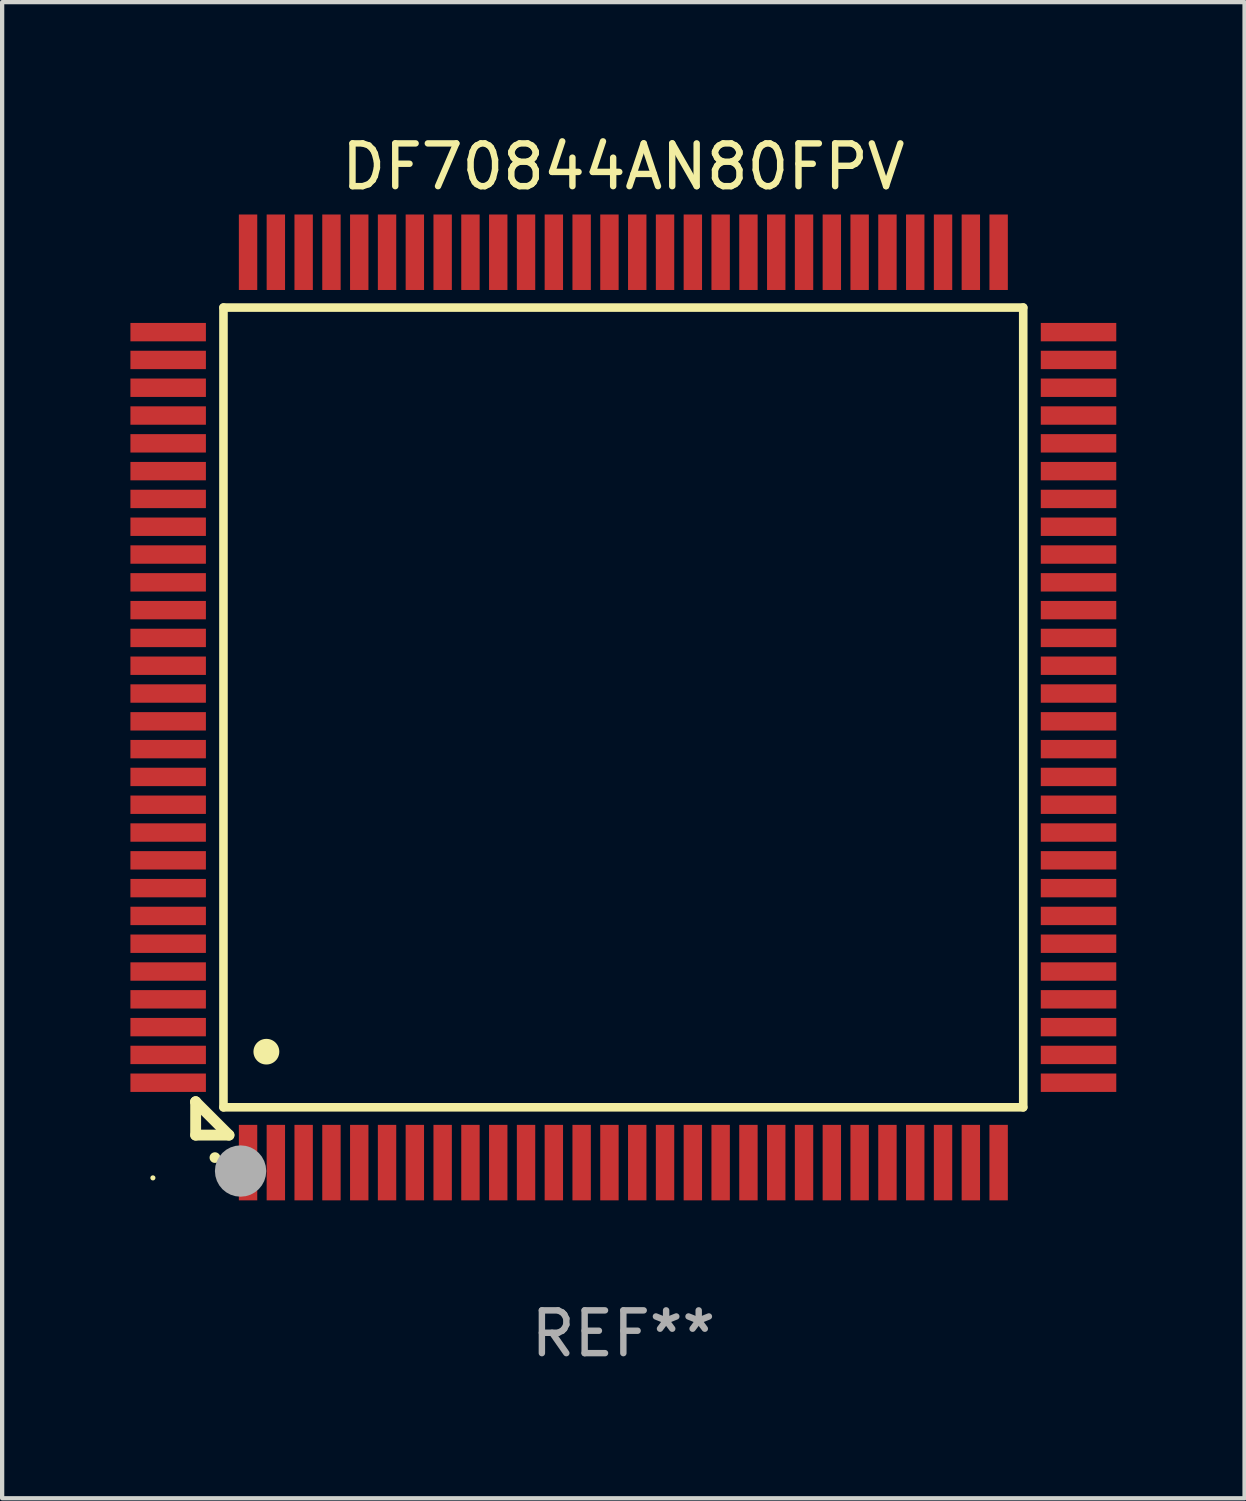
<source format=kicad_pcb>
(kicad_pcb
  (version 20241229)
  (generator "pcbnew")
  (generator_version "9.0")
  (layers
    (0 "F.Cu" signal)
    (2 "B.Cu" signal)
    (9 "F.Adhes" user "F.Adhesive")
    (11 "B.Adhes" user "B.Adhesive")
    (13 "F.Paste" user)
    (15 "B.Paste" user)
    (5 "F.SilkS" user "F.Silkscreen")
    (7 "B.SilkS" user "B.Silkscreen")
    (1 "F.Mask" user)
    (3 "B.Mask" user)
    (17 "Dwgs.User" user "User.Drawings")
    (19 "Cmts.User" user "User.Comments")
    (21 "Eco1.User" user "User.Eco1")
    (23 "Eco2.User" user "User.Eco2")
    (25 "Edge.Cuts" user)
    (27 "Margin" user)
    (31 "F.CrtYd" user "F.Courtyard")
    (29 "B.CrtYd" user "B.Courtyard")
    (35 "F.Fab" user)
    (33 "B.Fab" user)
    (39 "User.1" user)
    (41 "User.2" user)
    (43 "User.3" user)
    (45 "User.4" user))
  (footprint "DF70844AN80FPV"
    (layer "F.Cu")
    (at 11.525 13.491)
    (property "Reference" "DF70844AN80FPV" (at 0 -12.643 0) (layer "F.SilkS") (effects (font (size 1 1) (thickness 0.15))))
    (attr through_hole)
    (fp_line (start -10 9.221) (end -10 9.221) (stroke (width 0.254) (type solid)) (layer "F.SilkS"))
    (fp_line (start -10 9.221) (end -10 10) (stroke (width 0.254) (type solid)) (layer "F.SilkS"))
    (fp_line (start -10 9.221) (end -9.221 10) (stroke (width 0.254) (type solid)) (layer "F.SilkS"))
    (fp_line (start -10 10) (end -9.221 10) (stroke (width 0.254) (type solid)) (layer "F.SilkS"))
    (fp_line (start -9.35 -9.35) (end -9.35 9.35) (stroke (width 0.201) (type solid)) (layer "F.SilkS"))
    (fp_line (start -9.35 9.35) (end 9.35 9.35) (stroke (width 0.201) (type solid)) (layer "F.SilkS"))
    (fp_line (start 9.35 -9.35) (end -9.35 -9.35) (stroke (width 0.201) (type solid)) (layer "F.SilkS"))
    (fp_line (start 9.35 9.35) (end 9.35 -9.35) (stroke (width 0.201) (type solid)) (layer "F.SilkS"))
    (fp_arc (start -9.550546 10.525832) (mid -9.549276 10.525826) (end -9.548006 10.525832) (stroke (width 0.24892) (type solid)) (layer "F.SilkS"))
    (fp_arc (start -8.349124 8.049327) (mid -8.346584 8.049316) (end -8.344044 8.049327) (stroke (width 0.599441) (type solid)) (layer "F.SilkS"))
    (fp_circle (center -11 11) (end -10.97 11) (stroke (width 0.06) (type solid)) (fill no) (layer "F.SilkS"))
    (fp_circle (center -8.95 10.84) (end -8.65 10.84) (stroke (width 0.6) (type solid)) (fill no) (layer "F.Fab"))
    (fp_text user "REF**" (at 0 14.643 0) (layer "F.Fab") (effects (font (size 1 1) (thickness 0.15))))
    (pad "1" smd rect (at -8.775 10.643) (size 0.43 1.765) (layers "F.Cu" "F.Mask" "F.Paste"))
    (pad "2" smd rect (at -8.125 10.643) (size 0.43 1.765) (layers "F.Cu" "F.Mask" "F.Paste"))
    (pad "3" smd rect (at -7.475 10.643) (size 0.43 1.765) (layers "F.Cu" "F.Mask" "F.Paste"))
    (pad "4" smd rect (at -6.825 10.643) (size 0.43 1.765) (layers "F.Cu" "F.Mask" "F.Paste"))
    (pad "5" smd rect (at -6.175 10.643) (size 0.43 1.765) (layers "F.Cu" "F.Mask" "F.Paste"))
    (pad "6" smd rect (at -5.525 10.643) (size 0.43 1.765) (layers "F.Cu" "F.Mask" "F.Paste"))
    (pad "7" smd rect (at -4.875 10.643) (size 0.43 1.765) (layers "F.Cu" "F.Mask" "F.Paste"))
    (pad "8" smd rect (at -4.225 10.643) (size 0.43 1.765) (layers "F.Cu" "F.Mask" "F.Paste"))
    (pad "9" smd rect (at -3.575 10.643) (size 0.43 1.765) (layers "F.Cu" "F.Mask" "F.Paste"))
    (pad "10" smd rect (at -2.925 10.643) (size 0.43 1.765) (layers "F.Cu" "F.Mask" "F.Paste"))
    (pad "11" smd rect (at -2.275 10.643) (size 0.43 1.765) (layers "F.Cu" "F.Mask" "F.Paste"))
    (pad "12" smd rect (at -1.625 10.643) (size 0.43 1.765) (layers "F.Cu" "F.Mask" "F.Paste"))
    (pad "13" smd rect (at -0.975 10.643) (size 0.43 1.765) (layers "F.Cu" "F.Mask" "F.Paste"))
    (pad "14" smd rect (at -0.325 10.643) (size 0.43 1.765) (layers "F.Cu" "F.Mask" "F.Paste"))
    (pad "15" smd rect (at 0.325 10.643) (size 0.43 1.765) (layers "F.Cu" "F.Mask" "F.Paste"))
    (pad "16" smd rect (at 0.975 10.643) (size 0.43 1.765) (layers "F.Cu" "F.Mask" "F.Paste"))
    (pad "17" smd rect (at 1.625 10.643) (size 0.43 1.765) (layers "F.Cu" "F.Mask" "F.Paste"))
    (pad "18" smd rect (at 2.275 10.643) (size 0.43 1.765) (layers "F.Cu" "F.Mask" "F.Paste"))
    (pad "19" smd rect (at 2.925 10.643) (size 0.43 1.765) (layers "F.Cu" "F.Mask" "F.Paste"))
    (pad "20" smd rect (at 3.575 10.643) (size 0.43 1.765) (layers "F.Cu" "F.Mask" "F.Paste"))
    (pad "21" smd rect (at 4.225 10.643) (size 0.43 1.765) (layers "F.Cu" "F.Mask" "F.Paste"))
    (pad "22" smd rect (at 4.875 10.643) (size 0.43 1.765) (layers "F.Cu" "F.Mask" "F.Paste"))
    (pad "23" smd rect (at 5.525 10.643) (size 0.43 1.765) (layers "F.Cu" "F.Mask" "F.Paste"))
    (pad "24" smd rect (at 6.175 10.643) (size 0.43 1.765) (layers "F.Cu" "F.Mask" "F.Paste"))
    (pad "25" smd rect (at 6.825 10.643) (size 0.43 1.765) (layers "F.Cu" "F.Mask" "F.Paste"))
    (pad "26" smd rect (at 7.475 10.643) (size 0.43 1.765) (layers "F.Cu" "F.Mask" "F.Paste"))
    (pad "27" smd rect (at 8.125 10.643) (size 0.43 1.765) (layers "F.Cu" "F.Mask" "F.Paste"))
    (pad "28" smd rect (at 8.775 10.643) (size 0.43 1.765) (layers "F.Cu" "F.Mask" "F.Paste"))
    (pad "29" smd rect (at 10.643 8.775) (size 1.765 0.43) (layers "F.Cu" "F.Mask" "F.Paste"))
    (pad "30" smd rect (at 10.643 8.125) (size 1.765 0.43) (layers "F.Cu" "F.Mask" "F.Paste"))
    (pad "31" smd rect (at 10.643 7.475) (size 1.765 0.43) (layers "F.Cu" "F.Mask" "F.Paste"))
    (pad "32" smd rect (at 10.643 6.825) (size 1.765 0.43) (layers "F.Cu" "F.Mask" "F.Paste"))
    (pad "33" smd rect (at 10.643 6.175) (size 1.765 0.43) (layers "F.Cu" "F.Mask" "F.Paste"))
    (pad "34" smd rect (at 10.643 5.525) (size 1.765 0.43) (layers "F.Cu" "F.Mask" "F.Paste"))
    (pad "35" smd rect (at 10.643 4.875) (size 1.765 0.43) (layers "F.Cu" "F.Mask" "F.Paste"))
    (pad "36" smd rect (at 10.643 4.225) (size 1.765 0.43) (layers "F.Cu" "F.Mask" "F.Paste"))
    (pad "37" smd rect (at 10.643 3.575) (size 1.765 0.43) (layers "F.Cu" "F.Mask" "F.Paste"))
    (pad "38" smd rect (at 10.643 2.925) (size 1.765 0.43) (layers "F.Cu" "F.Mask" "F.Paste"))
    (pad "39" smd rect (at 10.643 2.275) (size 1.765 0.43) (layers "F.Cu" "F.Mask" "F.Paste"))
    (pad "40" smd rect (at 10.643 1.625) (size 1.765 0.43) (layers "F.Cu" "F.Mask" "F.Paste"))
    (pad "41" smd rect (at 10.643 0.975) (size 1.765 0.43) (layers "F.Cu" "F.Mask" "F.Paste"))
    (pad "42" smd rect (at 10.643 0.325) (size 1.765 0.43) (layers "F.Cu" "F.Mask" "F.Paste"))
    (pad "43" smd rect (at 10.643 -0.325) (size 1.765 0.43) (layers "F.Cu" "F.Mask" "F.Paste"))
    (pad "44" smd rect (at 10.643 -0.975) (size 1.765 0.43) (layers "F.Cu" "F.Mask" "F.Paste"))
    (pad "45" smd rect (at 10.643 -1.625) (size 1.765 0.43) (layers "F.Cu" "F.Mask" "F.Paste"))
    (pad "46" smd rect (at 10.643 -2.275) (size 1.765 0.43) (layers "F.Cu" "F.Mask" "F.Paste"))
    (pad "47" smd rect (at 10.643 -2.925) (size 1.765 0.43) (layers "F.Cu" "F.Mask" "F.Paste"))
    (pad "48" smd rect (at 10.643 -3.575) (size 1.765 0.43) (layers "F.Cu" "F.Mask" "F.Paste"))
    (pad "49" smd rect (at 10.643 -4.225) (size 1.765 0.43) (layers "F.Cu" "F.Mask" "F.Paste"))
    (pad "50" smd rect (at 10.643 -4.875) (size 1.765 0.43) (layers "F.Cu" "F.Mask" "F.Paste"))
    (pad "51" smd rect (at 10.643 -5.525) (size 1.765 0.43) (layers "F.Cu" "F.Mask" "F.Paste"))
    (pad "52" smd rect (at 10.643 -6.175) (size 1.765 0.43) (layers "F.Cu" "F.Mask" "F.Paste"))
    (pad "53" smd rect (at 10.643 -6.825) (size 1.765 0.43) (layers "F.Cu" "F.Mask" "F.Paste"))
    (pad "54" smd rect (at 10.643 -7.475) (size 1.765 0.43) (layers "F.Cu" "F.Mask" "F.Paste"))
    (pad "55" smd rect (at 10.643 -8.125) (size 1.765 0.43) (layers "F.Cu" "F.Mask" "F.Paste"))
    (pad "56" smd rect (at 10.643 -8.775) (size 1.765 0.43) (layers "F.Cu" "F.Mask" "F.Paste"))
    (pad "57" smd rect (at 8.775 -10.643) (size 0.43 1.765) (layers "F.Cu" "F.Mask" "F.Paste"))
    (pad "58" smd rect (at 8.125 -10.643) (size 0.43 1.765) (layers "F.Cu" "F.Mask" "F.Paste"))
    (pad "59" smd rect (at 7.475 -10.643) (size 0.43 1.765) (layers "F.Cu" "F.Mask" "F.Paste"))
    (pad "60" smd rect (at 6.825 -10.643) (size 0.43 1.765) (layers "F.Cu" "F.Mask" "F.Paste"))
    (pad "61" smd rect (at 6.175 -10.643) (size 0.43 1.765) (layers "F.Cu" "F.Mask" "F.Paste"))
    (pad "62" smd rect (at 5.525 -10.643) (size 0.43 1.765) (layers "F.Cu" "F.Mask" "F.Paste"))
    (pad "63" smd rect (at 4.875 -10.643) (size 0.43 1.765) (layers "F.Cu" "F.Mask" "F.Paste"))
    (pad "64" smd rect (at 4.225 -10.643) (size 0.43 1.765) (layers "F.Cu" "F.Mask" "F.Paste"))
    (pad "65" smd rect (at 3.575 -10.643) (size 0.43 1.765) (layers "F.Cu" "F.Mask" "F.Paste"))
    (pad "66" smd rect (at 2.925 -10.643) (size 0.43 1.765) (layers "F.Cu" "F.Mask" "F.Paste"))
    (pad "67" smd rect (at 2.275 -10.643) (size 0.43 1.765) (layers "F.Cu" "F.Mask" "F.Paste"))
    (pad "68" smd rect (at 1.625 -10.643) (size 0.43 1.765) (layers "F.Cu" "F.Mask" "F.Paste"))
    (pad "69" smd rect (at 0.975 -10.643) (size 0.43 1.765) (layers "F.Cu" "F.Mask" "F.Paste"))
    (pad "70" smd rect (at 0.325 -10.643) (size 0.43 1.765) (layers "F.Cu" "F.Mask" "F.Paste"))
    (pad "71" smd rect (at -0.325 -10.643) (size 0.43 1.765) (layers "F.Cu" "F.Mask" "F.Paste"))
    (pad "72" smd rect (at -0.975 -10.643) (size 0.43 1.765) (layers "F.Cu" "F.Mask" "F.Paste"))
    (pad "73" smd rect (at -1.625 -10.643) (size 0.43 1.765) (layers "F.Cu" "F.Mask" "F.Paste"))
    (pad "74" smd rect (at -2.275 -10.643) (size 0.43 1.765) (layers "F.Cu" "F.Mask" "F.Paste"))
    (pad "75" smd rect (at -2.925 -10.643) (size 0.43 1.765) (layers "F.Cu" "F.Mask" "F.Paste"))
    (pad "76" smd rect (at -3.575 -10.643) (size 0.43 1.765) (layers "F.Cu" "F.Mask" "F.Paste"))
    (pad "77" smd rect (at -4.225 -10.643) (size 0.43 1.765) (layers "F.Cu" "F.Mask" "F.Paste"))
    (pad "78" smd rect (at -4.875 -10.643) (size 0.43 1.765) (layers "F.Cu" "F.Mask" "F.Paste"))
    (pad "79" smd rect (at -5.525 -10.643) (size 0.43 1.765) (layers "F.Cu" "F.Mask" "F.Paste"))
    (pad "80" smd rect (at -6.175 -10.643) (size 0.43 1.765) (layers "F.Cu" "F.Mask" "F.Paste"))
    (pad "81" smd rect (at -6.825 -10.643) (size 0.43 1.765) (layers "F.Cu" "F.Mask" "F.Paste"))
    (pad "82" smd rect (at -7.475 -10.643) (size 0.43 1.765) (layers "F.Cu" "F.Mask" "F.Paste"))
    (pad "83" smd rect (at -8.125 -10.643) (size 0.43 1.765) (layers "F.Cu" "F.Mask" "F.Paste"))
    (pad "84" smd rect (at -8.775 -10.643) (size 0.43 1.765) (layers "F.Cu" "F.Mask" "F.Paste"))
    (pad "85" smd rect (at -10.643 -8.775) (size 1.765 0.43) (layers "F.Cu" "F.Mask" "F.Paste"))
    (pad "86" smd rect (at -10.643 -8.125) (size 1.765 0.43) (layers "F.Cu" "F.Mask" "F.Paste"))
    (pad "87" smd rect (at -10.643 -7.475) (size 1.765 0.43) (layers "F.Cu" "F.Mask" "F.Paste"))
    (pad "88" smd rect (at -10.643 -6.825) (size 1.765 0.43) (layers "F.Cu" "F.Mask" "F.Paste"))
    (pad "89" smd rect (at -10.643 -6.175) (size 1.765 0.43) (layers "F.Cu" "F.Mask" "F.Paste"))
    (pad "90" smd rect (at -10.643 -5.525) (size 1.765 0.43) (layers "F.Cu" "F.Mask" "F.Paste"))
    (pad "91" smd rect (at -10.643 -4.875) (size 1.765 0.43) (layers "F.Cu" "F.Mask" "F.Paste"))
    (pad "92" smd rect (at -10.643 -4.225) (size 1.765 0.43) (layers "F.Cu" "F.Mask" "F.Paste"))
    (pad "93" smd rect (at -10.643 -3.575) (size 1.765 0.43) (layers "F.Cu" "F.Mask" "F.Paste"))
    (pad "94" smd rect (at -10.643 -2.925) (size 1.765 0.43) (layers "F.Cu" "F.Mask" "F.Paste"))
    (pad "95" smd rect (at -10.643 -2.275) (size 1.765 0.43) (layers "F.Cu" "F.Mask" "F.Paste"))
    (pad "96" smd rect (at -10.643 -1.625) (size 1.765 0.43) (layers "F.Cu" "F.Mask" "F.Paste"))
    (pad "97" smd rect (at -10.643 -0.975) (size 1.765 0.43) (layers "F.Cu" "F.Mask" "F.Paste"))
    (pad "98" smd rect (at -10.643 -0.325) (size 1.765 0.43) (layers "F.Cu" "F.Mask" "F.Paste"))
    (pad "99" smd rect (at -10.643 0.325) (size 1.765 0.43) (layers "F.Cu" "F.Mask" "F.Paste"))
    (pad "100" smd rect (at -10.643 0.975) (size 1.765 0.43) (layers "F.Cu" "F.Mask" "F.Paste"))
    (pad "101" smd rect (at -10.643 1.625) (size 1.765 0.43) (layers "F.Cu" "F.Mask" "F.Paste"))
    (pad "102" smd rect (at -10.643 2.275) (size 1.765 0.43) (layers "F.Cu" "F.Mask" "F.Paste"))
    (pad "103" smd rect (at -10.643 2.925) (size 1.765 0.43) (layers "F.Cu" "F.Mask" "F.Paste"))
    (pad "104" smd rect (at -10.643 3.575) (size 1.765 0.43) (layers "F.Cu" "F.Mask" "F.Paste"))
    (pad "105" smd rect (at -10.643 4.225) (size 1.765 0.43) (layers "F.Cu" "F.Mask" "F.Paste"))
    (pad "106" smd rect (at -10.643 4.875) (size 1.765 0.43) (layers "F.Cu" "F.Mask" "F.Paste"))
    (pad "107" smd rect (at -10.643 5.525) (size 1.765 0.43) (layers "F.Cu" "F.Mask" "F.Paste"))
    (pad "108" smd rect (at -10.643 6.175) (size 1.765 0.43) (layers "F.Cu" "F.Mask" "F.Paste"))
    (pad "109" smd rect (at -10.643 6.825) (size 1.765 0.43) (layers "F.Cu" "F.Mask" "F.Paste"))
    (pad "110" smd rect (at -10.643 7.475) (size 1.765 0.43) (layers "F.Cu" "F.Mask" "F.Paste"))
    (pad "111" smd rect (at -10.643 8.125) (size 1.765 0.43) (layers "F.Cu" "F.Mask" "F.Paste"))
    (pad "112" smd rect (at -10.643 8.775) (size 1.765 0.43) (layers "F.Cu" "F.Mask" "F.Paste")))
  (gr_rect
    (start -3 -3)
    (end 26.05 31.982)
    (stroke (width 0.1) (type default))
    (fill no)
    (layer "Edge.Cuts")))
</source>
